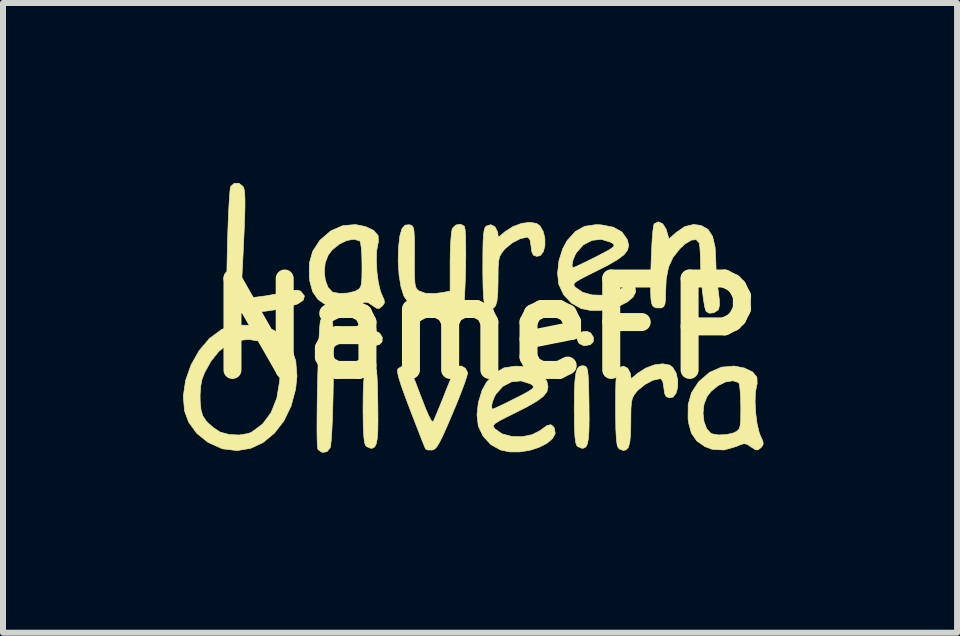
<source format=kicad_pcb>
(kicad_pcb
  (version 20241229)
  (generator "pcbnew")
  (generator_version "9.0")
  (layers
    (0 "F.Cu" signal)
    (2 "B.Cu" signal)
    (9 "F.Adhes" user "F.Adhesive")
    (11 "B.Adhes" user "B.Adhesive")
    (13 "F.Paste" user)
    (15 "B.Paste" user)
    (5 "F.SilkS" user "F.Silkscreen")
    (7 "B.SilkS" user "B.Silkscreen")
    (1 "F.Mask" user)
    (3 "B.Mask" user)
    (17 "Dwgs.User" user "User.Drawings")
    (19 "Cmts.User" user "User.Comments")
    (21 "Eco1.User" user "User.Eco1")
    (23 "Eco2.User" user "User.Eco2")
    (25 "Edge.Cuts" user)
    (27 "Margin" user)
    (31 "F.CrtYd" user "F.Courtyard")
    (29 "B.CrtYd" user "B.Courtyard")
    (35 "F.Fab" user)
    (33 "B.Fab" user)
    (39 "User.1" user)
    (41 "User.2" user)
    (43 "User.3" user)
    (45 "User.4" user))
  (footprint "NameFP"
    (layer "F.Cu")
    (at 5.034 2.427)
    (property "Reference" "NameFP" (at 0 0 0) (layer "F.SilkS") (effects (font (size 1.524 1.524) (thickness 0.3))))
    (attr through_hole)
    (fp_poly (pts (xy -1.758 0.074) (xy -1.712 0.145) (xy -1.715 0.22) (xy -1.763 0.268) (xy -1.869 0.288) (xy -1.948 0.249) (xy -1.962 0.233) (xy -1.988 0.161) (xy -1.96 0.096) (xy -1.898 0.052) (xy -1.819 0.045) (xy -1.758 0.074)) (stroke (width 0.01) (type solid)) (fill yes) (layer "F.SilkS"))
    (fp_poly (pts (xy 1.762 0.074) (xy 1.808 0.145) (xy 1.805 0.22) (xy 1.757 0.268) (xy 1.651 0.288) (xy 1.572 0.249) (xy 1.558 0.233) (xy 1.532 0.161) (xy 1.56 0.096) (xy 1.622 0.052) (xy 1.701 0.045) (xy 1.762 0.074)) (stroke (width 0.01) (type solid)) (fill yes) (layer "F.SilkS"))
    (fp_poly (pts (xy -1.866 0.622) (xy -1.841 0.632) (xy -1.822 0.655) (xy -1.809 0.702) (xy -1.8 0.784) (xy -1.794 0.91) (xy -1.789 1.092) (xy -1.786 1.266) (xy -1.784 1.517) (xy -1.786 1.704) (xy -1.796 1.836) (xy -1.813 1.923) (xy -1.839 1.972) (xy -1.876 1.993) (xy -1.902 1.996) (xy -1.963 1.972) (xy -1.988 1.952) (xy -2.007 1.903) (xy -2.02 1.795) (xy -2.029 1.623) (xy -2.032 1.385) (xy -2.032 1.324) (xy -2.03 1.073) (xy -2.022 0.886) (xy -2.007 0.756) (xy -1.982 0.673) (xy -1.946 0.63) (xy -1.896 0.619) (xy -1.866 0.622)) (stroke (width 0.01) (type solid)) (fill yes) (layer "F.SilkS"))
    (fp_poly (pts (xy 1.653 0.622) (xy 1.679 0.632) (xy 1.698 0.655) (xy 1.711 0.702) (xy 1.72 0.784) (xy 1.726 0.91) (xy 1.731 1.092) (xy 1.734 1.266) (xy 1.736 1.517) (xy 1.733 1.704) (xy 1.724 1.836) (xy 1.707 1.923) (xy 1.681 1.972) (xy 1.644 1.993) (xy 1.618 1.996) (xy 1.556 1.972) (xy 1.531 1.952) (xy 1.513 1.903) (xy 1.499 1.795) (xy 1.491 1.623) (xy 1.488 1.385) (xy 1.488 1.324) (xy 1.49 1.073) (xy 1.498 0.886) (xy 1.513 0.756) (xy 1.538 0.673) (xy 1.574 0.63) (xy 1.623 0.619) (xy 1.653 0.622)) (stroke (width 0.01) (type solid)) (fill yes) (layer "F.SilkS"))
    (fp_poly (pts (xy -2.603 -0.172) (xy -2.549 -0.14) (xy -2.539 -0.094) (xy -2.532 0.013) (xy -2.527 0.17) (xy -2.525 0.366) (xy -2.525 0.589) (xy -2.527 0.828) (xy -2.531 1.071) (xy -2.537 1.308) (xy -2.544 1.526) (xy -2.553 1.716) (xy -2.563 1.864) (xy -2.574 1.961) (xy -2.581 1.987) (xy -2.634 2.052) (xy -2.708 2.065) (xy -2.774 2.025) (xy -2.787 2.005) (xy -2.794 1.954) (xy -2.798 1.843) (xy -2.8 1.682) (xy -2.799 1.483) (xy -2.797 1.257) (xy -2.793 1.016) (xy -2.787 0.771) (xy -2.78 0.533) (xy -2.773 0.314) (xy -2.764 0.126) (xy -2.755 -0.022) (xy -2.746 -0.116) (xy -2.74 -0.144) (xy -2.683 -0.178) (xy -2.603 -0.172)) (stroke (width 0.01) (type solid)) (fill yes) (layer "F.SilkS"))
    (fp_poly (pts (xy -4.101 -2.422) (xy -4.033 -2.368) (xy -4.026 -2.356) (xy -4.014 -2.318) (xy -4.006 -2.255) (xy -4.001 -2.159) (xy -4.001 -2.024) (xy -4.006 -1.845) (xy -4.015 -1.613) (xy -4.028 -1.323) (xy -4.046 -0.969) (xy -4.05 -0.893) (xy -4.071 -0.497) (xy -3.822 -0.523) (xy -3.649 -0.546) (xy -3.462 -0.58) (xy -3.347 -0.605) (xy -3.214 -0.635) (xy -3.131 -0.641) (xy -3.079 -0.626) (xy -3.066 -0.617) (xy -3.01 -0.544) (xy -3.027 -0.476) (xy -3.114 -0.415) (xy -3.273 -0.361) (xy -3.502 -0.313) (xy -3.52 -0.31) (xy -3.766 -0.275) (xy -3.953 -0.258) (xy -4.09 -0.261) (xy -4.187 -0.284) (xy -4.236 -0.31) (xy -4.26 -0.328) (xy -4.278 -0.35) (xy -4.291 -0.386) (xy -4.3 -0.443) (xy -4.305 -0.531) (xy -4.306 -0.657) (xy -4.304 -0.831) (xy -4.3 -1.061) (xy -4.294 -1.335) (xy -4.287 -1.595) (xy -4.278 -1.835) (xy -4.268 -2.042) (xy -4.258 -2.206) (xy -4.248 -2.319) (xy -4.239 -2.368) (xy -4.179 -2.422) (xy -4.101 -2.422)) (stroke (width 0.01) (type solid)) (fill yes) (layer "F.SilkS"))
    (fp_poly (pts (xy -0.325 0.663) (xy -0.291 0.733) (xy -0.29 0.742) (xy -0.304 0.801) (xy -0.342 0.915) (xy -0.4 1.07) (xy -0.473 1.253) (xy -0.543 1.42) (xy -0.635 1.635) (xy -0.706 1.793) (xy -0.76 1.901) (xy -0.802 1.97) (xy -0.838 2.007) (xy -0.873 2.023) (xy -0.884 2.025) (xy -0.958 2.023) (xy -0.99 2.007) (xy -1.008 1.965) (xy -1.048 1.867) (xy -1.104 1.723) (xy -1.173 1.545) (xy -1.249 1.348) (xy -1.336 1.117) (xy -1.398 0.944) (xy -1.437 0.821) (xy -1.456 0.738) (xy -1.457 0.688) (xy -1.447 0.666) (xy -1.378 0.627) (xy -1.328 0.624) (xy -1.292 0.641) (xy -1.255 0.687) (xy -1.21 0.772) (xy -1.154 0.905) (xy -1.081 1.098) (xy -1.073 1.117) (xy -0.994 1.322) (xy -0.933 1.464) (xy -0.889 1.542) (xy -0.865 1.552) (xy -0.841 1.502) (xy -0.797 1.399) (xy -0.739 1.257) (xy -0.673 1.092) (xy -0.669 1.08) (xy -0.603 0.916) (xy -0.544 0.778) (xy -0.497 0.68) (xy -0.47 0.634) (xy -0.468 0.633) (xy -0.395 0.623) (xy -0.325 0.663)) (stroke (width 0.01) (type solid)) (fill yes) (layer "F.SilkS"))
    (fp_poly (pts (xy 0.863 -1.751) (xy 0.915 -1.714) (xy 0.972 -1.616) (xy 0.999 -1.498) (xy 0.999 -1.38) (xy 0.972 -1.28) (xy 0.921 -1.216) (xy 0.862 -1.204) (xy 0.808 -1.224) (xy 0.781 -1.278) (xy 0.769 -1.37) (xy 0.751 -1.479) (xy 0.715 -1.522) (xy 0.704 -1.524) (xy 0.587 -1.498) (xy 0.455 -1.429) (xy 0.339 -1.334) (xy 0.316 -1.308) (xy 0.272 -1.252) (xy 0.244 -1.197) (xy 0.228 -1.127) (xy 0.22 -1.023) (xy 0.218 -0.869) (xy 0.218 -0.803) (xy 0.214 -0.602) (xy 0.201 -0.464) (xy 0.176 -0.379) (xy 0.137 -0.336) (xy 0.091 -0.327) (xy 0.032 -0.35) (xy 0.007 -0.37) (xy -0.011 -0.418) (xy -0.024 -0.521) (xy -0.032 -0.687) (xy -0.036 -0.918) (xy -0.036 -1.037) (xy -0.035 -1.27) (xy -0.032 -1.441) (xy -0.025 -1.56) (xy -0.014 -1.638) (xy 0.002 -1.684) (xy 0.021 -1.708) (xy 0.096 -1.732) (xy 0.165 -1.698) (xy 0.208 -1.617) (xy 0.211 -1.601) (xy 0.223 -1.522) (xy 0.33 -1.612) (xy 0.464 -1.699) (xy 0.61 -1.753) (xy 0.75 -1.772) (xy 0.863 -1.751)) (stroke (width 0.01) (type solid)) (fill yes) (layer "F.SilkS"))
    (fp_poly (pts (xy 3.077 0.608) (xy 3.128 0.644) (xy 3.186 0.743) (xy 3.213 0.86) (xy 3.212 0.978) (xy 3.185 1.078) (xy 3.134 1.142) (xy 3.075 1.155) (xy 3.021 1.134) (xy 2.994 1.081) (xy 2.982 0.989) (xy 2.964 0.88) (xy 2.929 0.836) (xy 2.918 0.835) (xy 2.8 0.861) (xy 2.669 0.93) (xy 2.552 1.025) (xy 2.529 1.05) (xy 2.486 1.106) (xy 2.457 1.161) (xy 2.441 1.232) (xy 2.433 1.336) (xy 2.431 1.489) (xy 2.431 1.556) (xy 2.427 1.756) (xy 2.414 1.894) (xy 2.39 1.98) (xy 2.351 2.022) (xy 2.304 2.032) (xy 2.246 2.009) (xy 2.221 1.988) (xy 2.203 1.941) (xy 2.19 1.837) (xy 2.181 1.672) (xy 2.178 1.441) (xy 2.177 1.322) (xy 2.178 1.089) (xy 2.181 0.918) (xy 2.188 0.799) (xy 2.199 0.721) (xy 2.215 0.674) (xy 2.235 0.651) (xy 2.309 0.626) (xy 2.378 0.66) (xy 2.422 0.742) (xy 2.425 0.758) (xy 2.436 0.837) (xy 2.544 0.746) (xy 2.677 0.66) (xy 2.823 0.605) (xy 2.963 0.587) (xy 3.077 0.608)) (stroke (width 0.01) (type solid)) (fill yes) (layer "F.SilkS"))
    (fp_poly (pts (xy -0.346 -1.707) (xy -0.343 -1.702) (xy -0.331 -1.648) (xy -0.324 -1.537) (xy -0.321 -1.385) (xy -0.32 -1.203) (xy -0.323 -1.007) (xy -0.328 -0.81) (xy -0.336 -0.626) (xy -0.345 -0.468) (xy -0.357 -0.351) (xy -0.37 -0.289) (xy -0.374 -0.283) (xy -0.458 -0.257) (xy -0.53 -0.3) (xy -0.549 -0.325) (xy -0.587 -0.367) (xy -0.638 -0.379) (xy -0.725 -0.366) (xy -0.766 -0.356) (xy -0.97 -0.334) (xy -1.151 -0.367) (xy -1.287 -0.446) (xy -1.351 -0.541) (xy -1.4 -0.694) (xy -1.432 -0.892) (xy -1.447 -1.12) (xy -1.441 -1.356) (xy -1.419 -1.544) (xy -1.384 -1.665) (xy -1.331 -1.725) (xy -1.257 -1.731) (xy -1.244 -1.727) (xy -1.216 -1.713) (xy -1.196 -1.685) (xy -1.184 -1.632) (xy -1.178 -1.541) (xy -1.175 -1.401) (xy -1.176 -1.201) (xy -1.176 -1.194) (xy -1.177 -0.99) (xy -1.174 -0.847) (xy -1.167 -0.751) (xy -1.154 -0.691) (xy -1.134 -0.654) (xy -1.109 -0.632) (xy -0.998 -0.59) (xy -0.837 -0.584) (xy -0.694 -0.603) (xy -0.581 -0.626) (xy -0.581 -1.114) (xy -0.578 -1.3) (xy -0.57 -1.465) (xy -0.559 -1.592) (xy -0.546 -1.665) (xy -0.543 -1.672) (xy -0.484 -1.727) (xy -0.407 -1.74) (xy -0.346 -1.707)) (stroke (width 0.01) (type solid)) (fill yes) (layer "F.SilkS"))
    (fp_poly (pts (xy 2.962 -1.747) (xy 3.017 -1.661) (xy 3.029 -1.626) (xy 3.066 -1.494) (xy 3.184 -1.599) (xy 3.332 -1.701) (xy 3.479 -1.736) (xy 3.604 -1.718) (xy 3.717 -1.654) (xy 3.794 -1.535) (xy 3.836 -1.356) (xy 3.846 -1.172) (xy 3.852 -0.993) (xy 3.868 -0.791) (xy 3.887 -0.636) (xy 3.906 -0.484) (xy 3.909 -0.387) (xy 3.895 -0.328) (xy 3.883 -0.308) (xy 3.815 -0.264) (xy 3.738 -0.256) (xy 3.686 -0.286) (xy 3.665 -0.351) (xy 3.644 -0.47) (xy 3.624 -0.625) (xy 3.607 -0.797) (xy 3.596 -0.968) (xy 3.593 -1.095) (xy 3.59 -1.236) (xy 3.582 -1.354) (xy 3.572 -1.425) (xy 3.57 -1.43) (xy 3.521 -1.482) (xy 3.44 -1.475) (xy 3.335 -1.411) (xy 3.249 -1.332) (xy 3.133 -1.185) (xy 3.059 -1.022) (xy 3.021 -0.825) (xy 3.012 -0.624) (xy 3.009 -0.488) (xy 2.999 -0.407) (xy 2.977 -0.365) (xy 2.938 -0.344) (xy 2.937 -0.344) (xy 2.851 -0.345) (xy 2.807 -0.367) (xy 2.787 -0.393) (xy 2.773 -0.44) (xy 2.765 -0.517) (xy 2.761 -0.634) (xy 2.762 -0.803) (xy 2.767 -1.033) (xy 2.768 -1.062) (xy 2.776 -1.284) (xy 2.786 -1.475) (xy 2.798 -1.624) (xy 2.812 -1.718) (xy 2.822 -1.748) (xy 2.892 -1.779) (xy 2.962 -1.747)) (stroke (width 0.01) (type solid)) (fill yes) (layer "F.SilkS"))
    (fp_poly (pts (xy -1.992 -1.701) (xy -1.852 -1.634) (xy -1.78 -1.547) (xy -1.777 -1.438) (xy -1.785 -1.411) (xy -1.806 -1.293) (xy -1.811 -1.13) (xy -1.801 -0.947) (xy -1.778 -0.77) (xy -1.743 -0.624) (xy -1.722 -0.571) (xy -1.682 -0.482) (xy -1.676 -0.429) (xy -1.702 -0.387) (xy -1.716 -0.373) (xy -1.762 -0.336) (xy -1.807 -0.339) (xy -1.877 -0.386) (xy -1.943 -0.43) (xy -1.996 -0.441) (xy -2.067 -0.419) (xy -2.123 -0.394) (xy -2.329 -0.335) (xy -2.526 -0.345) (xy -2.646 -0.39) (xy -2.784 -0.486) (xy -2.873 -0.615) (xy -2.92 -0.791) (xy -2.928 -0.86) (xy -2.928 -0.951) (xy -2.678 -0.951) (xy -2.662 -0.808) (xy -2.617 -0.688) (xy -2.546 -0.612) (xy -2.532 -0.605) (xy -2.423 -0.586) (xy -2.288 -0.592) (xy -2.168 -0.621) (xy -2.141 -0.634) (xy -2.1 -0.66) (xy -2.074 -0.693) (xy -2.059 -0.75) (xy -2.052 -0.844) (xy -2.05 -0.99) (xy -2.05 -1.059) (xy -2.053 -1.219) (xy -2.062 -1.35) (xy -2.076 -1.436) (xy -2.086 -1.46) (xy -2.182 -1.489) (xy -2.303 -1.468) (xy -2.431 -1.406) (xy -2.547 -1.311) (xy -2.613 -1.225) (xy -2.663 -1.097) (xy -2.678 -0.951) (xy -2.928 -0.951) (xy -2.927 -1.092) (xy -2.872 -1.288) (xy -2.758 -1.463) (xy -2.745 -1.478) (xy -2.57 -1.629) (xy -2.372 -1.715) (xy -2.16 -1.734) (xy -1.992 -1.701)) (stroke (width 0.01) (type solid)) (fill yes) (layer "F.SilkS"))
    (fp_poly (pts (xy 4.322 0.657) (xy 4.462 0.724) (xy 4.533 0.812) (xy 4.537 0.921) (xy 4.529 0.947) (xy 4.507 1.066) (xy 4.503 1.229) (xy 4.513 1.412) (xy 4.536 1.589) (xy 4.571 1.734) (xy 4.592 1.788) (xy 4.632 1.877) (xy 4.638 1.929) (xy 4.612 1.971) (xy 4.598 1.986) (xy 4.551 2.023) (xy 4.507 2.019) (xy 4.436 1.973) (xy 4.37 1.929) (xy 4.317 1.918) (xy 4.247 1.94) (xy 4.191 1.965) (xy 3.985 2.024) (xy 3.788 2.013) (xy 3.667 1.968) (xy 3.53 1.872) (xy 3.441 1.744) (xy 3.393 1.568) (xy 3.385 1.499) (xy 3.386 1.407) (xy 3.635 1.407) (xy 3.651 1.551) (xy 3.696 1.671) (xy 3.767 1.747) (xy 3.782 1.754) (xy 3.891 1.773) (xy 4.026 1.767) (xy 4.146 1.738) (xy 4.173 1.725) (xy 4.214 1.699) (xy 4.24 1.665) (xy 4.255 1.609) (xy 4.262 1.515) (xy 4.264 1.369) (xy 4.264 1.3) (xy 4.26 1.14) (xy 4.251 1.009) (xy 4.238 0.923) (xy 4.227 0.899) (xy 4.131 0.87) (xy 4.01 0.89) (xy 3.883 0.952) (xy 3.767 1.048) (xy 3.701 1.134) (xy 3.651 1.261) (xy 3.635 1.407) (xy 3.386 1.407) (xy 3.387 1.266) (xy 3.442 1.071) (xy 3.555 0.896) (xy 3.569 0.88) (xy 3.743 0.73) (xy 3.942 0.643) (xy 4.154 0.624) (xy 4.322 0.657)) (stroke (width 0.01) (type solid)) (fill yes) (layer "F.SilkS"))
    (fp_poly (pts (xy -3.864 -0.053) (xy -3.675 -0.025) (xy -3.521 0.026) (xy -3.52 0.027) (xy -3.35 0.15) (xy -3.227 0.323) (xy -3.154 0.54) (xy -3.134 0.792) (xy -3.156 1.008) (xy -3.233 1.294) (xy -3.353 1.541) (xy -3.51 1.744) (xy -3.697 1.898) (xy -3.906 1.996) (xy -4.131 2.034) (xy -4.364 2.006) (xy -4.391 1.998) (xy -4.618 1.896) (xy -4.804 1.746) (xy -4.94 1.558) (xy -5.008 1.373) (xy -5.029 1.124) (xy -5.026 1.109) (xy -4.749 1.109) (xy -4.747 1.219) (xy -4.733 1.358) (xy -4.705 1.453) (xy -4.655 1.53) (xy -4.625 1.564) (xy -4.529 1.65) (xy -4.427 1.717) (xy -4.409 1.727) (xy -4.263 1.766) (xy -4.097 1.774) (xy -3.946 1.749) (xy -3.89 1.727) (xy -3.707 1.591) (xy -3.566 1.401) (xy -3.47 1.161) (xy -3.423 0.88) (xy -3.42 0.835) (xy -3.416 0.674) (xy -3.422 0.565) (xy -3.441 0.485) (xy -3.477 0.415) (xy -3.482 0.406) (xy -3.598 0.286) (xy -3.756 0.21) (xy -3.938 0.181) (xy -4.128 0.201) (xy -4.301 0.271) (xy -4.44 0.384) (xy -4.57 0.548) (xy -4.676 0.739) (xy -4.717 0.847) (xy -4.739 0.961) (xy -4.749 1.109) (xy -5.026 1.109) (xy -4.99 0.863) (xy -4.899 0.605) (xy -4.764 0.367) (xy -4.592 0.165) (xy -4.39 0.015) (xy -4.383 0.012) (xy -4.244 -0.035) (xy -4.062 -0.057) (xy -3.864 -0.053)) (stroke (width 0.01) (type solid)) (fill yes) (layer "F.SilkS"))
    (fp_poly (pts (xy 0.595 0.63) (xy 0.797 0.669) (xy 0.941 0.749) (xy 1.027 0.87) (xy 1.033 0.886) (xy 1.051 0.972) (xy 1.034 1.05) (xy 0.976 1.126) (xy 0.868 1.208) (xy 0.705 1.302) (xy 0.532 1.39) (xy 0.358 1.476) (xy 0.241 1.537) (xy 0.172 1.58) (xy 0.141 1.612) (xy 0.141 1.638) (xy 0.162 1.667) (xy 0.166 1.672) (xy 0.284 1.754) (xy 0.442 1.797) (xy 0.618 1.802) (xy 0.787 1.768) (xy 0.929 1.694) (xy 0.939 1.685) (xy 1.034 1.616) (xy 1.099 1.602) (xy 1.146 1.641) (xy 1.155 1.658) (xy 1.171 1.747) (xy 1.126 1.833) (xy 1.032 1.913) (xy 0.902 1.979) (xy 0.748 2.029) (xy 0.581 2.056) (xy 0.414 2.056) (xy 0.26 2.024) (xy 0.099 1.935) (xy -0.031 1.794) (xy -0.112 1.624) (xy -0.112 1.622) (xy -0.133 1.436) (xy -0.118 1.3) (xy 0.109 1.3) (xy 0.121 1.341) (xy 0.128 1.343) (xy 0.167 1.327) (xy 0.254 1.287) (xy 0.376 1.228) (xy 0.445 1.193) (xy 0.616 1.107) (xy 0.729 1.045) (xy 0.791 1.002) (xy 0.81 0.971) (xy 0.794 0.945) (xy 0.755 0.92) (xy 0.6 0.872) (xy 0.442 0.888) (xy 0.298 0.963) (xy 0.183 1.091) (xy 0.163 1.126) (xy 0.124 1.221) (xy 0.109 1.3) (xy -0.118 1.3) (xy -0.109 1.227) (xy -0.047 1.026) (xy 0.027 0.893) (xy 0.164 0.741) (xy 0.32 0.654) (xy 0.509 0.626) (xy 0.595 0.63)) (stroke (width 0.01) (type solid)) (fill yes) (layer "F.SilkS"))
    (fp_poly (pts (xy 1.938 -1.729) (xy 2.14 -1.69) (xy 2.283 -1.61) (xy 2.369 -1.488) (xy 2.376 -1.472) (xy 2.394 -1.386) (xy 2.377 -1.308) (xy 2.318 -1.232) (xy 2.211 -1.151) (xy 2.048 -1.056) (xy 1.874 -0.968) (xy 1.701 -0.882) (xy 1.584 -0.821) (xy 1.514 -0.778) (xy 1.484 -0.747) (xy 1.483 -0.72) (xy 1.504 -0.691) (xy 1.508 -0.687) (xy 1.627 -0.605) (xy 1.785 -0.561) (xy 1.96 -0.556) (xy 2.13 -0.591) (xy 2.272 -0.665) (xy 2.282 -0.673) (xy 2.377 -0.742) (xy 2.441 -0.756) (xy 2.488 -0.717) (xy 2.498 -0.701) (xy 2.513 -0.612) (xy 2.468 -0.525) (xy 2.375 -0.446) (xy 2.245 -0.379) (xy 2.09 -0.33) (xy 1.923 -0.303) (xy 1.756 -0.303) (xy 1.602 -0.334) (xy 1.442 -0.424) (xy 1.311 -0.564) (xy 1.231 -0.735) (xy 1.23 -0.737) (xy 1.21 -0.923) (xy 1.225 -1.058) (xy 1.451 -1.058) (xy 1.463 -1.018) (xy 1.47 -1.016) (xy 1.509 -1.031) (xy 1.597 -1.072) (xy 1.719 -1.131) (xy 1.788 -1.165) (xy 1.958 -1.252) (xy 2.071 -1.313) (xy 2.133 -1.356) (xy 2.153 -1.388) (xy 2.137 -1.414) (xy 2.098 -1.438) (xy 1.943 -1.487) (xy 1.785 -1.471) (xy 1.64 -1.396) (xy 1.525 -1.267) (xy 1.505 -1.232) (xy 1.466 -1.137) (xy 1.451 -1.058) (xy 1.225 -1.058) (xy 1.233 -1.132) (xy 1.296 -1.332) (xy 1.369 -1.466) (xy 1.506 -1.618) (xy 1.662 -1.705) (xy 1.851 -1.733) (xy 1.938 -1.729)) (stroke (width 0.01) (type solid)) (fill yes) (layer "F.SilkS")))
  (gr_rect
    (start -3 -3)
    (end 12.903 7.497)
    (stroke (width 0.1) (type default))
    (fill no)
    (layer "Edge.Cuts")))
</source>
